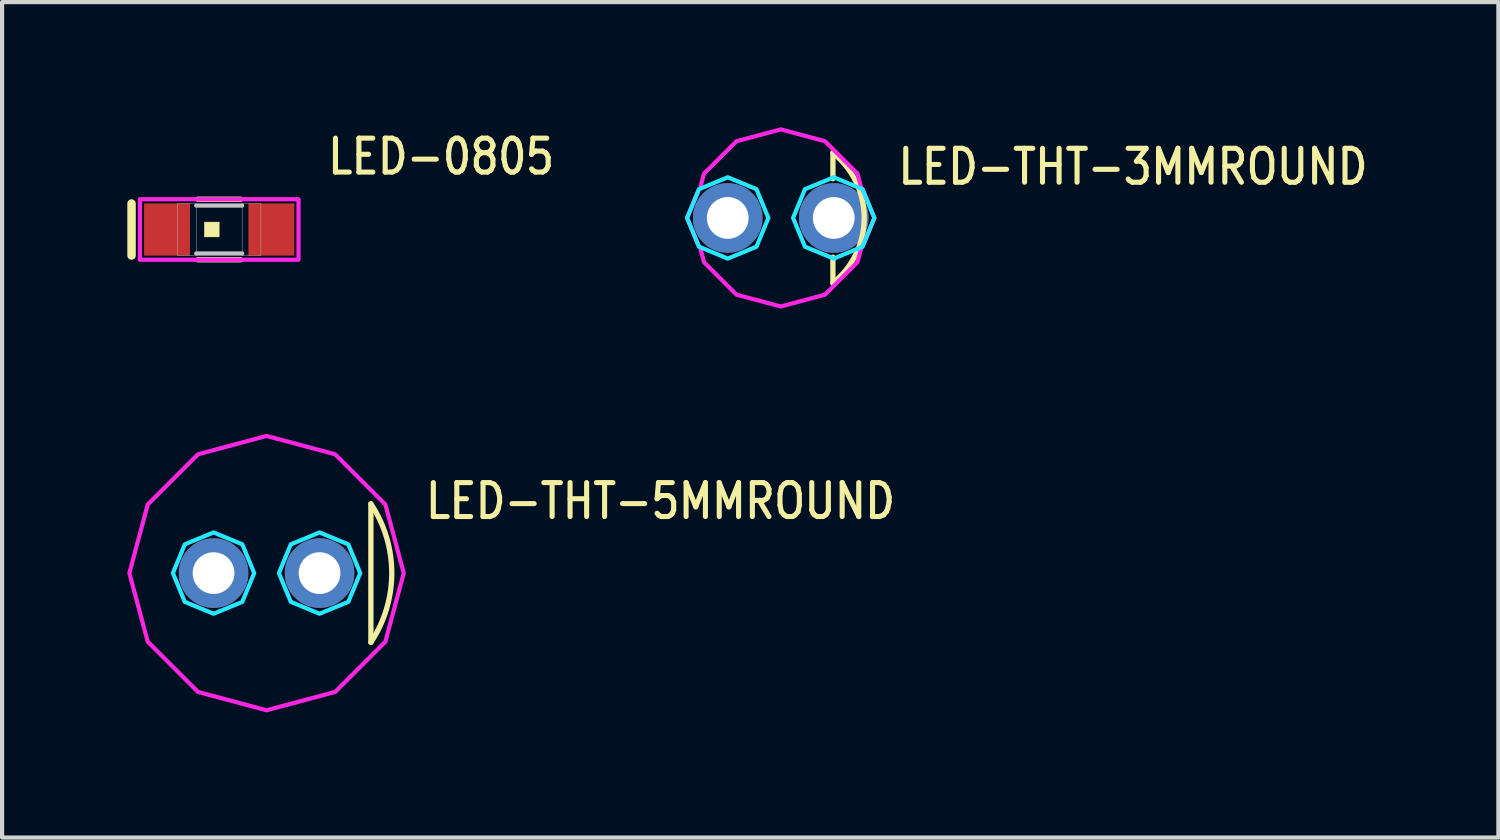
<source format=kicad_pcb>
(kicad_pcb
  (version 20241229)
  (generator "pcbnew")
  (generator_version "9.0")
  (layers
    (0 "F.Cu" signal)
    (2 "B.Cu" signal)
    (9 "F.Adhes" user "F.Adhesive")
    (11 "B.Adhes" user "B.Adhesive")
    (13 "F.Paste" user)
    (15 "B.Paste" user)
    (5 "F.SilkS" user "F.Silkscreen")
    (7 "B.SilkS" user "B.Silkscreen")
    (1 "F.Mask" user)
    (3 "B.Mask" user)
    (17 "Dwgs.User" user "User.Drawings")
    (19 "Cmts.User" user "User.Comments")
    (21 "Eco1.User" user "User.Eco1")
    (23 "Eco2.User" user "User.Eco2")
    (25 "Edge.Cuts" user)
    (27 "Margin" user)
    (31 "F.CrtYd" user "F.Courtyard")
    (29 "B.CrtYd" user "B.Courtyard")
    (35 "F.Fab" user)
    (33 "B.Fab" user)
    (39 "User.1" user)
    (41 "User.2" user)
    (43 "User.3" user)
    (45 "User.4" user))
  (footprint "LED-0805"
    (layer "F.Cu")
    (at 2.202 2.449)
    (property "Reference" "LED-0805" (at 2.54 -1.27 0) (unlocked yes) (layer "F.SilkS") (effects (font (size 0.813 0.695) (thickness 0.122)) (justify left bottom)))
    (fp_line (start -2.1 -0.623) (end -2.1 0.623) (stroke (width 0.203) (type solid)) (layer "F.SilkS"))
    (fp_line (start -0.513 -0.725) (end 0.513 -0.725) (stroke (width 0.127) (type solid)) (layer "F.SilkS"))
    (fp_line (start -0.513 0.725) (end 0.513 0.725) (stroke (width 0.127) (type solid)) (layer "F.SilkS"))
    (fp_rect (start -0.356 0.178) (end 0 -0.178) (stroke (width 0.01) (type solid)) (fill yes) (layer "F.SilkS"))
    (fp_line (start -0.55 -0.574) (end 0.55 -0.574) (stroke (width 0.102) (type solid)) (layer "Dwgs.User"))
    (fp_line (start -0.55 0.574) (end 0.55 0.574) (stroke (width 0.102) (type solid)) (layer "Dwgs.User"))
    (fp_rect (start -1 0.625) (end -0.55 -0.625) (stroke (width 0.01) (type solid)) (fill no) (layer "Dwgs.User"))
    (fp_rect (start 0.55 0.625) (end 1 -0.625) (stroke (width 0.01) (type solid)) (fill no) (layer "Dwgs.User"))
    (fp_poly (pts (xy -1.9 -0.725) (xy 1.9 -0.725) (xy 1.9 0.725) (xy -1.9 0.725)) (stroke (width 0.1) (type solid)) (fill no) (layer "F.CrtYd"))
    (pad "1" smd rect (at -1.25 0) (size 1.1 1.25) (layers "F.Cu" "F.Mask" "F.Paste"))
    (pad "2" smd rect (at 1.25 0) (size 1.1 1.25) (layers "F.Cu" "F.Mask" "F.Paste")))
  (footprint "LED-THT-3MMROUND"
    (layer "F.Cu")
    (at 15.657 2.172)
    (property "Reference" "LED-THT-3MMROUND" (at 2.75 -0.75 0) (unlocked yes) (layer "F.SilkS") (effects (font (size 0.813 0.695) (thickness 0.122)) (justify left bottom)))
    (fp_line (start 1.25 -1.561) (end 1.25 -0.94) (stroke (width 0.127) (type solid)) (layer "F.SilkS"))
    (fp_line (start 1.25 0.94) (end 1.25 1.561) (stroke (width 0.127) (type solid)) (layer "F.SilkS"))
    (fp_arc (start 1.25 -1.56125) (mid 2 0) (end 1.25 1.56125) (stroke (width 0.127) (type solid)) (layer "F.SilkS"))
    (fp_poly (pts (xy -0.296 0) (xy -0.581 -0.689) (xy -1.27 -0.974) (xy -1.959 -0.689) (xy -2.244 0) (xy -1.959 0.689) (xy -1.27 0.974) (xy -0.581 0.689)) (stroke (width 0.1) (type solid)) (fill no) (layer "B.CrtYd"))
    (fp_poly (pts (xy 2.244 0) (xy 1.959 -0.689) (xy 1.27 -0.974) (xy 0.581 -0.689) (xy 0.296 0) (xy 0.581 0.689) (xy 1.27 0.974) (xy 1.959 0.689)) (stroke (width 0.1) (type solid)) (fill no) (layer "B.CrtYd"))
    (fp_poly (pts (xy 1.935 -0.699) (xy 1.838 -1.061) (xy 1.061 -1.838) (xy 0 -2.122) (xy -1.061 -1.838) (xy -1.838 -1.061) (xy -1.935 -0.699) (xy -1.959 -0.689) (xy -2.244 0) (xy -1.959 0.689) (xy -1.935 0.699) (xy -1.838 1.061) (xy -1.061 1.838) (xy 0 2.122) (xy 1.061 1.838) (xy 1.838 1.061) (xy 1.935 0.699) (xy 1.959 0.689) (xy 2.244 0) (xy 1.959 -0.689)) (stroke (width 0.1) (type solid)) (fill no) (layer "F.CrtYd"))
    (pad "ANODE" thru_hole oval (at -1.27 0) (size 1.667 1.667) (drill 1) (layers "*.Cu" "*.Mask"))
    (pad "CATHODE" thru_hole oval (at 1.27 0) (size 1.667 1.667) (drill 1) (layers "*.Cu" "*.Mask")))
  (footprint "LED-THT-5MMROUND"
    (layer "F.Cu")
    (at 3.337 10.682)
    (property "Reference" "LED-THT-5MMROUND" (at 3.75 -1.25 0) (unlocked yes) (layer "F.SilkS") (effects (font (size 0.813 0.695) (thickness 0.122)) (justify left bottom)))
    (fp_line (start 2.5 -1.658) (end 2.5 1.658) (stroke (width 0.127) (type solid)) (layer "F.SilkS"))
    (fp_arc (start 2.5 -1.658313) (mid 3 0) (end 2.5 1.658313) (stroke (width 0.127) (type solid)) (layer "F.SilkS"))
    (fp_poly (pts (xy -0.296 0) (xy -0.581 -0.689) (xy -1.27 -0.974) (xy -1.959 -0.689) (xy -2.244 0) (xy -1.959 0.689) (xy -1.27 0.974) (xy -0.581 0.689)) (stroke (width 0.1) (type solid)) (fill no) (layer "B.CrtYd"))
    (fp_poly (pts (xy 2.244 0) (xy 1.959 -0.689) (xy 1.27 -0.974) (xy 0.581 -0.689) (xy 0.296 0) (xy 0.581 0.689) (xy 1.27 0.974) (xy 1.959 0.689)) (stroke (width 0.1) (type solid)) (fill no) (layer "B.CrtYd"))
    (fp_poly (pts (xy 3.287 0) (xy 2.847 -1.643) (xy 1.643 -2.847) (xy 0 -3.287) (xy -1.643 -2.847) (xy -2.847 -1.643) (xy -3.287 0) (xy -2.847 1.643) (xy -1.643 2.847) (xy 0 3.287) (xy 1.643 2.847) (xy 2.847 1.643)) (stroke (width 0.1) (type solid)) (fill no) (layer "F.CrtYd"))
    (pad "ANODE" thru_hole oval (at -1.27 0) (size 1.667 1.667) (drill 1) (layers "*.Cu" "*.Mask"))
    (pad "CATHODE" thru_hole oval (at 1.27 0) (size 1.667 1.667) (drill 1) (layers "*.Cu" "*.Mask")))
  (gr_rect
    (start -3 -3)
    (end 32.852 17.019)
    (stroke (width 0.1) (type default))
    (fill no)
    (layer "Edge.Cuts")))
</source>
